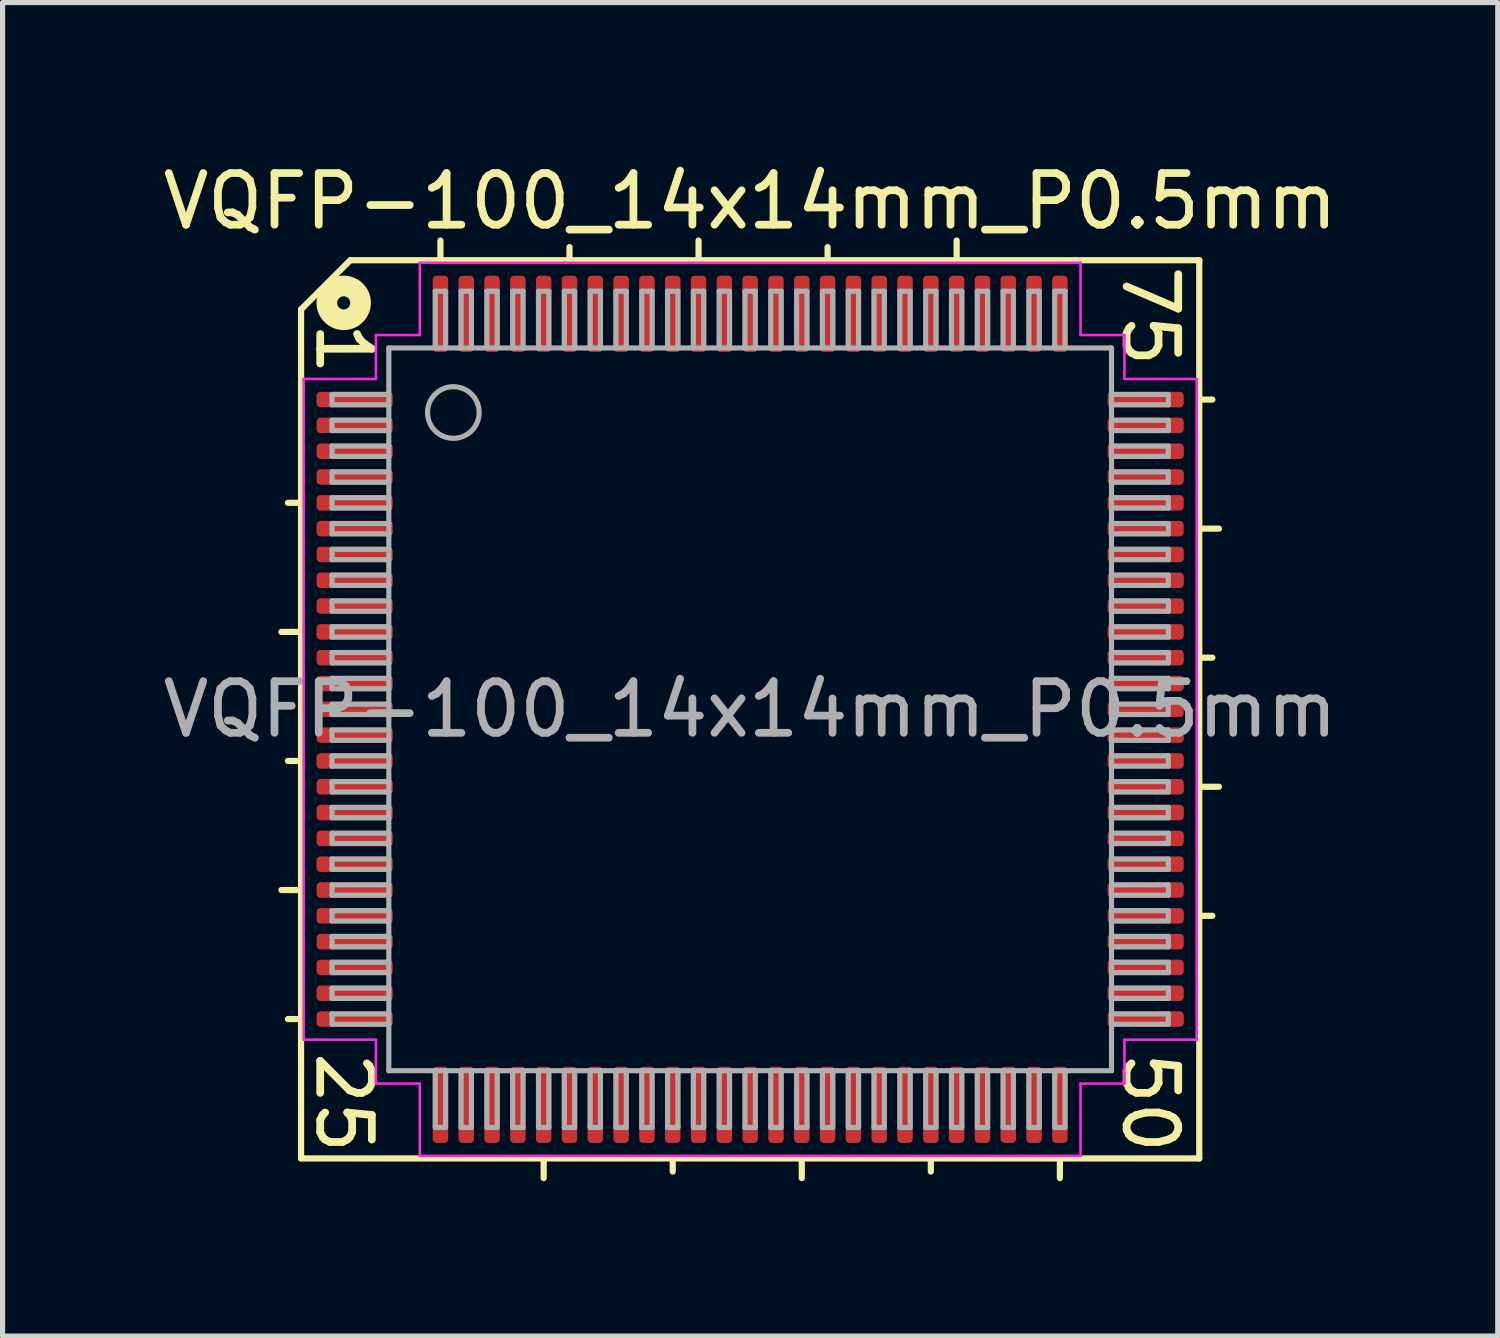
<source format=kicad_pcb>
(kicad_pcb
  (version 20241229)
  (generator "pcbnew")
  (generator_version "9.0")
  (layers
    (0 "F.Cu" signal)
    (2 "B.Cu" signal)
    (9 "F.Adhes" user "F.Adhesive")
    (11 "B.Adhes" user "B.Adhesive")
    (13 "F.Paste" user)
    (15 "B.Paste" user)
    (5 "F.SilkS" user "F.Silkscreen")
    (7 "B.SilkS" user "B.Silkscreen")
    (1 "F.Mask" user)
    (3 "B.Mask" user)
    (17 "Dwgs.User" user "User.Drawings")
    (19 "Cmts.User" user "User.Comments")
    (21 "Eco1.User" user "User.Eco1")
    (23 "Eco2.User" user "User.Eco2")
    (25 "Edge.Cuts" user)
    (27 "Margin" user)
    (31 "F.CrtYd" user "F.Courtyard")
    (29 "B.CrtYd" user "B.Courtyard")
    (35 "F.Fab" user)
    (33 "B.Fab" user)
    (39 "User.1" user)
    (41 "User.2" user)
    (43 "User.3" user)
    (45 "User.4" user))
  (footprint "VQFP-100_14x14mm_P0.5mm"
    (layer "F.Cu")
    (at 11.482 10.691)
    (property "Reference" "VQFP-100_14x14mm_P0.5mm" (at 0 -9.843 0) (layer "F.SilkS") (effects (font (size 1 1) (thickness 0.15))))
    (attr smd)
    (fp_line (start -8.7 -7.747) (end -8.7 8.7) (stroke (width 0.12) (type solid)) (layer "F.SilkS"))
    (fp_line (start -8.7 -4) (end -8.954 -4) (stroke (width 0.12) (type solid)) (layer "F.SilkS"))
    (fp_line (start -8.7 -1.5) (end -9.081 -1.5) (stroke (width 0.12) (type solid)) (layer "F.SilkS"))
    (fp_line (start -8.7 1) (end -8.954 1) (stroke (width 0.12) (type solid)) (layer "F.SilkS"))
    (fp_line (start -8.7 3.5) (end -9.081 3.5) (stroke (width 0.12) (type solid)) (layer "F.SilkS"))
    (fp_line (start -8.7 6) (end -8.954 6) (stroke (width 0.12) (type solid)) (layer "F.SilkS"))
    (fp_line (start -8.7 8.7) (end 8.7 8.7) (stroke (width 0.12) (type solid)) (layer "F.SilkS"))
    (fp_line (start -7.747 -8.7) (end -8.7 -7.747) (stroke (width 0.12) (type solid)) (layer "F.SilkS"))
    (fp_line (start -6 -8.7) (end -6 -9.081) (stroke (width 0.12) (type solid)) (layer "F.SilkS"))
    (fp_line (start -4 8.7) (end -4 9.081) (stroke (width 0.12) (type solid)) (layer "F.SilkS"))
    (fp_line (start -3.5 -8.7) (end -3.5 -8.954) (stroke (width 0.12) (type solid)) (layer "F.SilkS"))
    (fp_line (start -1.5 8.7) (end -1.5 8.954) (stroke (width 0.12) (type solid)) (layer "F.SilkS"))
    (fp_line (start -1 -8.7) (end -1 -9.081) (stroke (width 0.12) (type solid)) (layer "F.SilkS"))
    (fp_line (start 1 8.7) (end 1 9.081) (stroke (width 0.12) (type solid)) (layer "F.SilkS"))
    (fp_line (start 1.5 -8.7) (end 1.5 -8.954) (stroke (width 0.12) (type solid)) (layer "F.SilkS"))
    (fp_line (start 3.5 8.7) (end 3.5 8.954) (stroke (width 0.12) (type solid)) (layer "F.SilkS"))
    (fp_line (start 4 -8.7) (end 4 -9.081) (stroke (width 0.12) (type solid)) (layer "F.SilkS"))
    (fp_line (start 6 8.7) (end 6 9.081) (stroke (width 0.12) (type solid)) (layer "F.SilkS"))
    (fp_line (start 8.7 -8.7) (end -7.747 -8.7) (stroke (width 0.12) (type solid)) (layer "F.SilkS"))
    (fp_line (start 8.7 -6) (end 8.954 -6) (stroke (width 0.12) (type solid)) (layer "F.SilkS"))
    (fp_line (start 8.7 -3.5) (end 9.081 -3.5) (stroke (width 0.12) (type solid)) (layer "F.SilkS"))
    (fp_line (start 8.7 -1) (end 8.954 -1) (stroke (width 0.12) (type solid)) (layer "F.SilkS"))
    (fp_line (start 8.7 1.5) (end 9.081 1.5) (stroke (width 0.12) (type solid)) (layer "F.SilkS"))
    (fp_line (start 8.7 4) (end 8.954 4) (stroke (width 0.12) (type solid)) (layer "F.SilkS"))
    (fp_line (start 8.7 8.7) (end 8.7 -8.7) (stroke (width 0.12) (type solid)) (layer "F.SilkS"))
    (fp_circle (center -7.874 -7.874) (end -7.747 -7.874) (stroke (width 0.4) (type solid)) (fill no) (layer "F.SilkS"))
    (fp_line (start -8.65 -6.4) (end -8.65 0) (stroke (width 0.05) (type solid)) (layer "F.CrtYd"))
    (fp_line (start -8.65 6.4) (end -8.65 0) (stroke (width 0.05) (type solid)) (layer "F.CrtYd"))
    (fp_line (start -7.25 -7.25) (end -7.25 -6.4) (stroke (width 0.05) (type solid)) (layer "F.CrtYd"))
    (fp_line (start -7.25 -6.4) (end -8.65 -6.4) (stroke (width 0.05) (type solid)) (layer "F.CrtYd"))
    (fp_line (start -7.25 6.4) (end -8.65 6.4) (stroke (width 0.05) (type solid)) (layer "F.CrtYd"))
    (fp_line (start -7.25 7.25) (end -7.25 6.4) (stroke (width 0.05) (type solid)) (layer "F.CrtYd"))
    (fp_line (start -6.4 -8.65) (end -6.4 -7.25) (stroke (width 0.05) (type solid)) (layer "F.CrtYd"))
    (fp_line (start -6.4 -7.25) (end -7.25 -7.25) (stroke (width 0.05) (type solid)) (layer "F.CrtYd"))
    (fp_line (start -6.4 7.25) (end -7.25 7.25) (stroke (width 0.05) (type solid)) (layer "F.CrtYd"))
    (fp_line (start -6.4 8.65) (end -6.4 7.25) (stroke (width 0.05) (type solid)) (layer "F.CrtYd"))
    (fp_line (start 0 -8.65) (end -6.4 -8.65) (stroke (width 0.05) (type solid)) (layer "F.CrtYd"))
    (fp_line (start 0 -8.65) (end 6.4 -8.65) (stroke (width 0.05) (type solid)) (layer "F.CrtYd"))
    (fp_line (start 0 8.65) (end -6.4 8.65) (stroke (width 0.05) (type solid)) (layer "F.CrtYd"))
    (fp_line (start 0 8.65) (end 6.4 8.65) (stroke (width 0.05) (type solid)) (layer "F.CrtYd"))
    (fp_line (start 6.4 -8.65) (end 6.4 -7.25) (stroke (width 0.05) (type solid)) (layer "F.CrtYd"))
    (fp_line (start 6.4 -7.25) (end 7.25 -7.25) (stroke (width 0.05) (type solid)) (layer "F.CrtYd"))
    (fp_line (start 6.4 7.25) (end 7.25 7.25) (stroke (width 0.05) (type solid)) (layer "F.CrtYd"))
    (fp_line (start 6.4 8.65) (end 6.4 7.25) (stroke (width 0.05) (type solid)) (layer "F.CrtYd"))
    (fp_line (start 7.25 -7.25) (end 7.25 -6.4) (stroke (width 0.05) (type solid)) (layer "F.CrtYd"))
    (fp_line (start 7.25 -6.4) (end 8.65 -6.4) (stroke (width 0.05) (type solid)) (layer "F.CrtYd"))
    (fp_line (start 7.25 6.4) (end 8.65 6.4) (stroke (width 0.05) (type solid)) (layer "F.CrtYd"))
    (fp_line (start 7.25 7.25) (end 7.25 6.4) (stroke (width 0.05) (type solid)) (layer "F.CrtYd"))
    (fp_line (start 8.65 -6.4) (end 8.65 0) (stroke (width 0.05) (type solid)) (layer "F.CrtYd"))
    (fp_line (start 8.65 6.4) (end 8.65 0) (stroke (width 0.05) (type solid)) (layer "F.CrtYd"))
    (fp_line (start -8.1 -6.1) (end -8.1 -5.9) (stroke (width 0.1) (type solid)) (layer "F.Fab"))
    (fp_line (start -8.1 -6.1) (end -7 -6.1) (stroke (width 0.1) (type solid)) (layer "F.Fab"))
    (fp_line (start -8.1 -5.9) (end -7 -5.9) (stroke (width 0.1) (type solid)) (layer "F.Fab"))
    (fp_line (start -8.1 -5.6) (end -8.1 -5.4) (stroke (width 0.1) (type solid)) (layer "F.Fab"))
    (fp_line (start -8.1 -5.6) (end -7 -5.6) (stroke (width 0.1) (type solid)) (layer "F.Fab"))
    (fp_line (start -8.1 -5.4) (end -7 -5.4) (stroke (width 0.1) (type solid)) (layer "F.Fab"))
    (fp_line (start -8.1 -5.1) (end -8.1 -4.9) (stroke (width 0.1) (type solid)) (layer "F.Fab"))
    (fp_line (start -8.1 -5.1) (end -7 -5.1) (stroke (width 0.1) (type solid)) (layer "F.Fab"))
    (fp_line (start -8.1 -4.9) (end -7 -4.9) (stroke (width 0.1) (type solid)) (layer "F.Fab"))
    (fp_line (start -8.1 -4.6) (end -8.1 -4.4) (stroke (width 0.1) (type solid)) (layer "F.Fab"))
    (fp_line (start -8.1 -4.6) (end -7 -4.6) (stroke (width 0.1) (type solid)) (layer "F.Fab"))
    (fp_line (start -8.1 -4.4) (end -7 -4.4) (stroke (width 0.1) (type solid)) (layer "F.Fab"))
    (fp_line (start -8.1 -4.1) (end -8.1 -3.9) (stroke (width 0.1) (type solid)) (layer "F.Fab"))
    (fp_line (start -8.1 -4.1) (end -7 -4.1) (stroke (width 0.1) (type solid)) (layer "F.Fab"))
    (fp_line (start -8.1 -3.9) (end -7 -3.9) (stroke (width 0.1) (type solid)) (layer "F.Fab"))
    (fp_line (start -8.1 -3.6) (end -8.1 -3.4) (stroke (width 0.1) (type solid)) (layer "F.Fab"))
    (fp_line (start -8.1 -3.6) (end -7 -3.6) (stroke (width 0.1) (type solid)) (layer "F.Fab"))
    (fp_line (start -8.1 -3.4) (end -7 -3.4) (stroke (width 0.1) (type solid)) (layer "F.Fab"))
    (fp_line (start -8.1 -3.1) (end -8.1 -2.9) (stroke (width 0.1) (type solid)) (layer "F.Fab"))
    (fp_line (start -8.1 -3.1) (end -7 -3.1) (stroke (width 0.1) (type solid)) (layer "F.Fab"))
    (fp_line (start -8.1 -2.9) (end -7 -2.9) (stroke (width 0.1) (type solid)) (layer "F.Fab"))
    (fp_line (start -8.1 -2.6) (end -8.1 -2.4) (stroke (width 0.1) (type solid)) (layer "F.Fab"))
    (fp_line (start -8.1 -2.6) (end -7 -2.6) (stroke (width 0.1) (type solid)) (layer "F.Fab"))
    (fp_line (start -8.1 -2.4) (end -7 -2.4) (stroke (width 0.1) (type solid)) (layer "F.Fab"))
    (fp_line (start -8.1 -2.1) (end -8.1 -1.9) (stroke (width 0.1) (type solid)) (layer "F.Fab"))
    (fp_line (start -8.1 -2.1) (end -7 -2.1) (stroke (width 0.1) (type solid)) (layer "F.Fab"))
    (fp_line (start -8.1 -1.9) (end -7 -1.9) (stroke (width 0.1) (type solid)) (layer "F.Fab"))
    (fp_line (start -8.1 -1.6) (end -8.1 -1.4) (stroke (width 0.1) (type solid)) (layer "F.Fab"))
    (fp_line (start -8.1 -1.6) (end -7 -1.6) (stroke (width 0.1) (type solid)) (layer "F.Fab"))
    (fp_line (start -8.1 -1.4) (end -7 -1.4) (stroke (width 0.1) (type solid)) (layer "F.Fab"))
    (fp_line (start -8.1 -1.1) (end -8.1 -0.9) (stroke (width 0.1) (type solid)) (layer "F.Fab"))
    (fp_line (start -8.1 -1.1) (end -7 -1.1) (stroke (width 0.1) (type solid)) (layer "F.Fab"))
    (fp_line (start -8.1 -0.9) (end -7 -0.9) (stroke (width 0.1) (type solid)) (layer "F.Fab"))
    (fp_line (start -8.1 -0.6) (end -8.1 -0.4) (stroke (width 0.1) (type solid)) (layer "F.Fab"))
    (fp_line (start -8.1 -0.6) (end -7 -0.6) (stroke (width 0.1) (type solid)) (layer "F.Fab"))
    (fp_line (start -8.1 -0.4) (end -7 -0.4) (stroke (width 0.1) (type solid)) (layer "F.Fab"))
    (fp_line (start -8.1 -0.1) (end -8.1 0.1) (stroke (width 0.1) (type solid)) (layer "F.Fab"))
    (fp_line (start -8.1 -0.1) (end -7 -0.1) (stroke (width 0.1) (type solid)) (layer "F.Fab"))
    (fp_line (start -8.1 0.1) (end -7 0.1) (stroke (width 0.1) (type solid)) (layer "F.Fab"))
    (fp_line (start -8.1 0.4) (end -8.1 0.6) (stroke (width 0.1) (type solid)) (layer "F.Fab"))
    (fp_line (start -8.1 0.4) (end -7 0.4) (stroke (width 0.1) (type solid)) (layer "F.Fab"))
    (fp_line (start -8.1 0.6) (end -7 0.6) (stroke (width 0.1) (type solid)) (layer "F.Fab"))
    (fp_line (start -8.1 0.9) (end -8.1 1.1) (stroke (width 0.1) (type solid)) (layer "F.Fab"))
    (fp_line (start -8.1 0.9) (end -7 0.9) (stroke (width 0.1) (type solid)) (layer "F.Fab"))
    (fp_line (start -8.1 1.1) (end -7 1.1) (stroke (width 0.1) (type solid)) (layer "F.Fab"))
    (fp_line (start -8.1 1.4) (end -8.1 1.6) (stroke (width 0.1) (type solid)) (layer "F.Fab"))
    (fp_line (start -8.1 1.4) (end -7 1.4) (stroke (width 0.1) (type solid)) (layer "F.Fab"))
    (fp_line (start -8.1 1.6) (end -7 1.6) (stroke (width 0.1) (type solid)) (layer "F.Fab"))
    (fp_line (start -8.1 1.9) (end -8.1 2.1) (stroke (width 0.1) (type solid)) (layer "F.Fab"))
    (fp_line (start -8.1 1.9) (end -7 1.9) (stroke (width 0.1) (type solid)) (layer "F.Fab"))
    (fp_line (start -8.1 2.1) (end -7 2.1) (stroke (width 0.1) (type solid)) (layer "F.Fab"))
    (fp_line (start -8.1 2.4) (end -8.1 2.6) (stroke (width 0.1) (type solid)) (layer "F.Fab"))
    (fp_line (start -8.1 2.4) (end -7 2.4) (stroke (width 0.1) (type solid)) (layer "F.Fab"))
    (fp_line (start -8.1 2.6) (end -7 2.6) (stroke (width 0.1) (type solid)) (layer "F.Fab"))
    (fp_line (start -8.1 2.9) (end -8.1 3.1) (stroke (width 0.1) (type solid)) (layer "F.Fab"))
    (fp_line (start -8.1 2.9) (end -7 2.9) (stroke (width 0.1) (type solid)) (layer "F.Fab"))
    (fp_line (start -8.1 3.1) (end -7 3.1) (stroke (width 0.1) (type solid)) (layer "F.Fab"))
    (fp_line (start -8.1 3.4) (end -8.1 3.6) (stroke (width 0.1) (type solid)) (layer "F.Fab"))
    (fp_line (start -8.1 3.4) (end -7 3.4) (stroke (width 0.1) (type solid)) (layer "F.Fab"))
    (fp_line (start -8.1 3.6) (end -7 3.6) (stroke (width 0.1) (type solid)) (layer "F.Fab"))
    (fp_line (start -8.1 3.9) (end -8.1 4.1) (stroke (width 0.1) (type solid)) (layer "F.Fab"))
    (fp_line (start -8.1 3.9) (end -7 3.9) (stroke (width 0.1) (type solid)) (layer "F.Fab"))
    (fp_line (start -8.1 4.1) (end -7 4.1) (stroke (width 0.1) (type solid)) (layer "F.Fab"))
    (fp_line (start -8.1 4.4) (end -8.1 4.6) (stroke (width 0.1) (type solid)) (layer "F.Fab"))
    (fp_line (start -8.1 4.4) (end -7 4.4) (stroke (width 0.1) (type solid)) (layer "F.Fab"))
    (fp_line (start -8.1 4.6) (end -7 4.6) (stroke (width 0.1) (type solid)) (layer "F.Fab"))
    (fp_line (start -8.1 4.9) (end -8.1 5.1) (stroke (width 0.1) (type solid)) (layer "F.Fab"))
    (fp_line (start -8.1 4.9) (end -7 4.9) (stroke (width 0.1) (type solid)) (layer "F.Fab"))
    (fp_line (start -8.1 5.1) (end -7 5.1) (stroke (width 0.1) (type solid)) (layer "F.Fab"))
    (fp_line (start -8.1 5.4) (end -8.1 5.6) (stroke (width 0.1) (type solid)) (layer "F.Fab"))
    (fp_line (start -8.1 5.4) (end -7 5.4) (stroke (width 0.1) (type solid)) (layer "F.Fab"))
    (fp_line (start -8.1 5.6) (end -7 5.6) (stroke (width 0.1) (type solid)) (layer "F.Fab"))
    (fp_line (start -8.1 5.9) (end -8.1 6.1) (stroke (width 0.1) (type solid)) (layer "F.Fab"))
    (fp_line (start -8.1 5.9) (end -7 5.9) (stroke (width 0.1) (type solid)) (layer "F.Fab"))
    (fp_line (start -8.1 6.1) (end -7 6.1) (stroke (width 0.1) (type solid)) (layer "F.Fab"))
    (fp_line (start -7 -7) (end 7 -7) (stroke (width 0.1) (type solid)) (layer "F.Fab"))
    (fp_line (start -7 7) (end -7 -7) (stroke (width 0.1) (type solid)) (layer "F.Fab"))
    (fp_line (start -6.1 -8.1) (end -6.1 -7) (stroke (width 0.1) (type solid)) (layer "F.Fab"))
    (fp_line (start -6.1 8.1) (end -6.1 7) (stroke (width 0.1) (type solid)) (layer "F.Fab"))
    (fp_line (start -6.1 8.1) (end -5.9 8.1) (stroke (width 0.1) (type solid)) (layer "F.Fab"))
    (fp_line (start -5.9 -8.1) (end -6.1 -8.1) (stroke (width 0.1) (type solid)) (layer "F.Fab"))
    (fp_line (start -5.9 -8.1) (end -5.9 -7) (stroke (width 0.1) (type solid)) (layer "F.Fab"))
    (fp_line (start -5.9 8.1) (end -5.9 7) (stroke (width 0.1) (type solid)) (layer "F.Fab"))
    (fp_line (start -5.6 -8.1) (end -5.6 -7) (stroke (width 0.1) (type solid)) (layer "F.Fab"))
    (fp_line (start -5.6 8.1) (end -5.6 7) (stroke (width 0.1) (type solid)) (layer "F.Fab"))
    (fp_line (start -5.6 8.1) (end -5.4 8.1) (stroke (width 0.1) (type solid)) (layer "F.Fab"))
    (fp_line (start -5.4 -8.1) (end -5.6 -8.1) (stroke (width 0.1) (type solid)) (layer "F.Fab"))
    (fp_line (start -5.4 -8.1) (end -5.4 -7) (stroke (width 0.1) (type solid)) (layer "F.Fab"))
    (fp_line (start -5.4 8.1) (end -5.4 7) (stroke (width 0.1) (type solid)) (layer "F.Fab"))
    (fp_line (start -5.1 -8.1) (end -5.1 -7) (stroke (width 0.1) (type solid)) (layer "F.Fab"))
    (fp_line (start -5.1 8.1) (end -5.1 7) (stroke (width 0.1) (type solid)) (layer "F.Fab"))
    (fp_line (start -5.1 8.1) (end -4.9 8.1) (stroke (width 0.1) (type solid)) (layer "F.Fab"))
    (fp_line (start -4.9 -8.1) (end -5.1 -8.1) (stroke (width 0.1) (type solid)) (layer "F.Fab"))
    (fp_line (start -4.9 -8.1) (end -4.9 -7) (stroke (width 0.1) (type solid)) (layer "F.Fab"))
    (fp_line (start -4.9 8.1) (end -4.9 7) (stroke (width 0.1) (type solid)) (layer "F.Fab"))
    (fp_line (start -4.6 -8.1) (end -4.6 -7) (stroke (width 0.1) (type solid)) (layer "F.Fab"))
    (fp_line (start -4.6 8.1) (end -4.6 7) (stroke (width 0.1) (type solid)) (layer "F.Fab"))
    (fp_line (start -4.6 8.1) (end -4.4 8.1) (stroke (width 0.1) (type solid)) (layer "F.Fab"))
    (fp_line (start -4.4 -8.1) (end -4.6 -8.1) (stroke (width 0.1) (type solid)) (layer "F.Fab"))
    (fp_line (start -4.4 -8.1) (end -4.4 -7) (stroke (width 0.1) (type solid)) (layer "F.Fab"))
    (fp_line (start -4.4 8.1) (end -4.4 7) (stroke (width 0.1) (type solid)) (layer "F.Fab"))
    (fp_line (start -4.1 -8.1) (end -4.1 -7) (stroke (width 0.1) (type solid)) (layer "F.Fab"))
    (fp_line (start -4.1 8.1) (end -4.1 7) (stroke (width 0.1) (type solid)) (layer "F.Fab"))
    (fp_line (start -4.1 8.1) (end -3.9 8.1) (stroke (width 0.1) (type solid)) (layer "F.Fab"))
    (fp_line (start -3.9 -8.1) (end -4.1 -8.1) (stroke (width 0.1) (type solid)) (layer "F.Fab"))
    (fp_line (start -3.9 -8.1) (end -3.9 -7) (stroke (width 0.1) (type solid)) (layer "F.Fab"))
    (fp_line (start -3.9 8.1) (end -3.9 7) (stroke (width 0.1) (type solid)) (layer "F.Fab"))
    (fp_line (start -3.6 -8.1) (end -3.6 -7) (stroke (width 0.1) (type solid)) (layer "F.Fab"))
    (fp_line (start -3.6 8.1) (end -3.6 7) (stroke (width 0.1) (type solid)) (layer "F.Fab"))
    (fp_line (start -3.6 8.1) (end -3.4 8.1) (stroke (width 0.1) (type solid)) (layer "F.Fab"))
    (fp_line (start -3.4 -8.1) (end -3.6 -8.1) (stroke (width 0.1) (type solid)) (layer "F.Fab"))
    (fp_line (start -3.4 -8.1) (end -3.4 -7) (stroke (width 0.1) (type solid)) (layer "F.Fab"))
    (fp_line (start -3.4 8.1) (end -3.4 7) (stroke (width 0.1) (type solid)) (layer "F.Fab"))
    (fp_line (start -3.1 -8.1) (end -3.1 -7) (stroke (width 0.1) (type solid)) (layer "F.Fab"))
    (fp_line (start -3.1 8.1) (end -3.1 7) (stroke (width 0.1) (type solid)) (layer "F.Fab"))
    (fp_line (start -3.1 8.1) (end -2.9 8.1) (stroke (width 0.1) (type solid)) (layer "F.Fab"))
    (fp_line (start -2.9 -8.1) (end -3.1 -8.1) (stroke (width 0.1) (type solid)) (layer "F.Fab"))
    (fp_line (start -2.9 -8.1) (end -2.9 -7) (stroke (width 0.1) (type solid)) (layer "F.Fab"))
    (fp_line (start -2.9 8.1) (end -2.9 7) (stroke (width 0.1) (type solid)) (layer "F.Fab"))
    (fp_line (start -2.6 -8.1) (end -2.6 -7) (stroke (width 0.1) (type solid)) (layer "F.Fab"))
    (fp_line (start -2.6 8.1) (end -2.6 7) (stroke (width 0.1) (type solid)) (layer "F.Fab"))
    (fp_line (start -2.6 8.1) (end -2.4 8.1) (stroke (width 0.1) (type solid)) (layer "F.Fab"))
    (fp_line (start -2.4 -8.1) (end -2.6 -8.1) (stroke (width 0.1) (type solid)) (layer "F.Fab"))
    (fp_line (start -2.4 -8.1) (end -2.4 -7) (stroke (width 0.1) (type solid)) (layer "F.Fab"))
    (fp_line (start -2.4 8.1) (end -2.4 7) (stroke (width 0.1) (type solid)) (layer "F.Fab"))
    (fp_line (start -2.1 -8.1) (end -2.1 -7) (stroke (width 0.1) (type solid)) (layer "F.Fab"))
    (fp_line (start -2.1 8.1) (end -2.1 7) (stroke (width 0.1) (type solid)) (layer "F.Fab"))
    (fp_line (start -2.1 8.1) (end -1.9 8.1) (stroke (width 0.1) (type solid)) (layer "F.Fab"))
    (fp_line (start -1.9 -8.1) (end -2.1 -8.1) (stroke (width 0.1) (type solid)) (layer "F.Fab"))
    (fp_line (start -1.9 -8.1) (end -1.9 -7) (stroke (width 0.1) (type solid)) (layer "F.Fab"))
    (fp_line (start -1.9 8.1) (end -1.9 7) (stroke (width 0.1) (type solid)) (layer "F.Fab"))
    (fp_line (start -1.6 -8.1) (end -1.6 -7) (stroke (width 0.1) (type solid)) (layer "F.Fab"))
    (fp_line (start -1.6 8.1) (end -1.6 7) (stroke (width 0.1) (type solid)) (layer "F.Fab"))
    (fp_line (start -1.6 8.1) (end -1.4 8.1) (stroke (width 0.1) (type solid)) (layer "F.Fab"))
    (fp_line (start -1.4 -8.1) (end -1.6 -8.1) (stroke (width 0.1) (type solid)) (layer "F.Fab"))
    (fp_line (start -1.4 -8.1) (end -1.4 -7) (stroke (width 0.1) (type solid)) (layer "F.Fab"))
    (fp_line (start -1.4 8.1) (end -1.4 7) (stroke (width 0.1) (type solid)) (layer "F.Fab"))
    (fp_line (start -1.1 -8.1) (end -1.1 -7) (stroke (width 0.1) (type solid)) (layer "F.Fab"))
    (fp_line (start -1.1 8.1) (end -1.1 7) (stroke (width 0.1) (type solid)) (layer "F.Fab"))
    (fp_line (start -1.1 8.1) (end -0.9 8.1) (stroke (width 0.1) (type solid)) (layer "F.Fab"))
    (fp_line (start -0.9 -8.1) (end -1.1 -8.1) (stroke (width 0.1) (type solid)) (layer "F.Fab"))
    (fp_line (start -0.9 -8.1) (end -0.9 -7) (stroke (width 0.1) (type solid)) (layer "F.Fab"))
    (fp_line (start -0.9 8.1) (end -0.9 7) (stroke (width 0.1) (type solid)) (layer "F.Fab"))
    (fp_line (start -0.6 -8.1) (end -0.6 -7) (stroke (width 0.1) (type solid)) (layer "F.Fab"))
    (fp_line (start -0.6 8.1) (end -0.6 7) (stroke (width 0.1) (type solid)) (layer "F.Fab"))
    (fp_line (start -0.6 8.1) (end -0.4 8.1) (stroke (width 0.1) (type solid)) (layer "F.Fab"))
    (fp_line (start -0.4 -8.1) (end -0.6 -8.1) (stroke (width 0.1) (type solid)) (layer "F.Fab"))
    (fp_line (start -0.4 -8.1) (end -0.4 -7) (stroke (width 0.1) (type solid)) (layer "F.Fab"))
    (fp_line (start -0.4 8.1) (end -0.4 7) (stroke (width 0.1) (type solid)) (layer "F.Fab"))
    (fp_line (start -0.1 -8.1) (end -0.1 -7) (stroke (width 0.1) (type solid)) (layer "F.Fab"))
    (fp_line (start -0.1 8.1) (end -0.1 7) (stroke (width 0.1) (type solid)) (layer "F.Fab"))
    (fp_line (start -0.1 8.1) (end 0.1 8.1) (stroke (width 0.1) (type solid)) (layer "F.Fab"))
    (fp_line (start 0.1 -8.1) (end -0.1 -8.1) (stroke (width 0.1) (type solid)) (layer "F.Fab"))
    (fp_line (start 0.1 -8.1) (end 0.1 -7) (stroke (width 0.1) (type solid)) (layer "F.Fab"))
    (fp_line (start 0.1 8.1) (end 0.1 7) (stroke (width 0.1) (type solid)) (layer "F.Fab"))
    (fp_line (start 0.4 -8.1) (end 0.4 -7) (stroke (width 0.1) (type solid)) (layer "F.Fab"))
    (fp_line (start 0.4 8.1) (end 0.4 7) (stroke (width 0.1) (type solid)) (layer "F.Fab"))
    (fp_line (start 0.4 8.1) (end 0.6 8.1) (stroke (width 0.1) (type solid)) (layer "F.Fab"))
    (fp_line (start 0.6 -8.1) (end 0.4 -8.1) (stroke (width 0.1) (type solid)) (layer "F.Fab"))
    (fp_line (start 0.6 -8.1) (end 0.6 -7) (stroke (width 0.1) (type solid)) (layer "F.Fab"))
    (fp_line (start 0.6 8.1) (end 0.6 7) (stroke (width 0.1) (type solid)) (layer "F.Fab"))
    (fp_line (start 0.9 -8.1) (end 0.9 -7) (stroke (width 0.1) (type solid)) (layer "F.Fab"))
    (fp_line (start 0.9 8.1) (end 0.9 7) (stroke (width 0.1) (type solid)) (layer "F.Fab"))
    (fp_line (start 0.9 8.1) (end 1.1 8.1) (stroke (width 0.1) (type solid)) (layer "F.Fab"))
    (fp_line (start 1.1 -8.1) (end 0.9 -8.1) (stroke (width 0.1) (type solid)) (layer "F.Fab"))
    (fp_line (start 1.1 -8.1) (end 1.1 -7) (stroke (width 0.1) (type solid)) (layer "F.Fab"))
    (fp_line (start 1.1 8.1) (end 1.1 7) (stroke (width 0.1) (type solid)) (layer "F.Fab"))
    (fp_line (start 1.4 -8.1) (end 1.4 -7) (stroke (width 0.1) (type solid)) (layer "F.Fab"))
    (fp_line (start 1.4 8.1) (end 1.4 7) (stroke (width 0.1) (type solid)) (layer "F.Fab"))
    (fp_line (start 1.4 8.1) (end 1.6 8.1) (stroke (width 0.1) (type solid)) (layer "F.Fab"))
    (fp_line (start 1.6 -8.1) (end 1.4 -8.1) (stroke (width 0.1) (type solid)) (layer "F.Fab"))
    (fp_line (start 1.6 -8.1) (end 1.6 -7) (stroke (width 0.1) (type solid)) (layer "F.Fab"))
    (fp_line (start 1.6 8.1) (end 1.6 7) (stroke (width 0.1) (type solid)) (layer "F.Fab"))
    (fp_line (start 1.9 -8.1) (end 1.9 -7) (stroke (width 0.1) (type solid)) (layer "F.Fab"))
    (fp_line (start 1.9 8.1) (end 1.9 7) (stroke (width 0.1) (type solid)) (layer "F.Fab"))
    (fp_line (start 1.9 8.1) (end 2.1 8.1) (stroke (width 0.1) (type solid)) (layer "F.Fab"))
    (fp_line (start 2.1 -8.1) (end 1.9 -8.1) (stroke (width 0.1) (type solid)) (layer "F.Fab"))
    (fp_line (start 2.1 -8.1) (end 2.1 -7) (stroke (width 0.1) (type solid)) (layer "F.Fab"))
    (fp_line (start 2.1 8.1) (end 2.1 7) (stroke (width 0.1) (type solid)) (layer "F.Fab"))
    (fp_line (start 2.4 -8.1) (end 2.4 -7) (stroke (width 0.1) (type solid)) (layer "F.Fab"))
    (fp_line (start 2.4 8.1) (end 2.4 7) (stroke (width 0.1) (type solid)) (layer "F.Fab"))
    (fp_line (start 2.4 8.1) (end 2.6 8.1) (stroke (width 0.1) (type solid)) (layer "F.Fab"))
    (fp_line (start 2.6 -8.1) (end 2.4 -8.1) (stroke (width 0.1) (type solid)) (layer "F.Fab"))
    (fp_line (start 2.6 -8.1) (end 2.6 -7) (stroke (width 0.1) (type solid)) (layer "F.Fab"))
    (fp_line (start 2.6 8.1) (end 2.6 7) (stroke (width 0.1) (type solid)) (layer "F.Fab"))
    (fp_line (start 2.9 -8.1) (end 2.9 -7) (stroke (width 0.1) (type solid)) (layer "F.Fab"))
    (fp_line (start 2.9 8.1) (end 2.9 7) (stroke (width 0.1) (type solid)) (layer "F.Fab"))
    (fp_line (start 2.9 8.1) (end 3.1 8.1) (stroke (width 0.1) (type solid)) (layer "F.Fab"))
    (fp_line (start 3.1 -8.1) (end 2.9 -8.1) (stroke (width 0.1) (type solid)) (layer "F.Fab"))
    (fp_line (start 3.1 -8.1) (end 3.1 -7) (stroke (width 0.1) (type solid)) (layer "F.Fab"))
    (fp_line (start 3.1 8.1) (end 3.1 7) (stroke (width 0.1) (type solid)) (layer "F.Fab"))
    (fp_line (start 3.4 -8.1) (end 3.4 -7) (stroke (width 0.1) (type solid)) (layer "F.Fab"))
    (fp_line (start 3.4 8.1) (end 3.4 7) (stroke (width 0.1) (type solid)) (layer "F.Fab"))
    (fp_line (start 3.4 8.1) (end 3.6 8.1) (stroke (width 0.1) (type solid)) (layer "F.Fab"))
    (fp_line (start 3.6 -8.1) (end 3.4 -8.1) (stroke (width 0.1) (type solid)) (layer "F.Fab"))
    (fp_line (start 3.6 -8.1) (end 3.6 -7) (stroke (width 0.1) (type solid)) (layer "F.Fab"))
    (fp_line (start 3.6 8.1) (end 3.6 7) (stroke (width 0.1) (type solid)) (layer "F.Fab"))
    (fp_line (start 3.9 -8.1) (end 3.9 -7) (stroke (width 0.1) (type solid)) (layer "F.Fab"))
    (fp_line (start 3.9 8.1) (end 3.9 7) (stroke (width 0.1) (type solid)) (layer "F.Fab"))
    (fp_line (start 3.9 8.1) (end 4.1 8.1) (stroke (width 0.1) (type solid)) (layer "F.Fab"))
    (fp_line (start 4.1 -8.1) (end 3.9 -8.1) (stroke (width 0.1) (type solid)) (layer "F.Fab"))
    (fp_line (start 4.1 -8.1) (end 4.1 -7) (stroke (width 0.1) (type solid)) (layer "F.Fab"))
    (fp_line (start 4.1 8.1) (end 4.1 7) (stroke (width 0.1) (type solid)) (layer "F.Fab"))
    (fp_line (start 4.4 -8.1) (end 4.4 -7) (stroke (width 0.1) (type solid)) (layer "F.Fab"))
    (fp_line (start 4.4 8.1) (end 4.4 7) (stroke (width 0.1) (type solid)) (layer "F.Fab"))
    (fp_line (start 4.4 8.1) (end 4.6 8.1) (stroke (width 0.1) (type solid)) (layer "F.Fab"))
    (fp_line (start 4.6 -8.1) (end 4.4 -8.1) (stroke (width 0.1) (type solid)) (layer "F.Fab"))
    (fp_line (start 4.6 -8.1) (end 4.6 -7) (stroke (width 0.1) (type solid)) (layer "F.Fab"))
    (fp_line (start 4.6 8.1) (end 4.6 7) (stroke (width 0.1) (type solid)) (layer "F.Fab"))
    (fp_line (start 4.9 -8.1) (end 4.9 -7) (stroke (width 0.1) (type solid)) (layer "F.Fab"))
    (fp_line (start 4.9 8.1) (end 4.9 7) (stroke (width 0.1) (type solid)) (layer "F.Fab"))
    (fp_line (start 4.9 8.1) (end 5.1 8.1) (stroke (width 0.1) (type solid)) (layer "F.Fab"))
    (fp_line (start 5.1 -8.1) (end 4.9 -8.1) (stroke (width 0.1) (type solid)) (layer "F.Fab"))
    (fp_line (start 5.1 -8.1) (end 5.1 -7) (stroke (width 0.1) (type solid)) (layer "F.Fab"))
    (fp_line (start 5.1 8.1) (end 5.1 7) (stroke (width 0.1) (type solid)) (layer "F.Fab"))
    (fp_line (start 5.4 -8.1) (end 5.4 -7) (stroke (width 0.1) (type solid)) (layer "F.Fab"))
    (fp_line (start 5.4 8.1) (end 5.4 7) (stroke (width 0.1) (type solid)) (layer "F.Fab"))
    (fp_line (start 5.4 8.1) (end 5.6 8.1) (stroke (width 0.1) (type solid)) (layer "F.Fab"))
    (fp_line (start 5.6 -8.1) (end 5.4 -8.1) (stroke (width 0.1) (type solid)) (layer "F.Fab"))
    (fp_line (start 5.6 -8.1) (end 5.6 -7) (stroke (width 0.1) (type solid)) (layer "F.Fab"))
    (fp_line (start 5.6 8.1) (end 5.6 7) (stroke (width 0.1) (type solid)) (layer "F.Fab"))
    (fp_line (start 5.9 -8.1) (end 5.9 -7) (stroke (width 0.1) (type solid)) (layer "F.Fab"))
    (fp_line (start 5.9 8.1) (end 5.9 7) (stroke (width 0.1) (type solid)) (layer "F.Fab"))
    (fp_line (start 5.9 8.1) (end 6.1 8.1) (stroke (width 0.1) (type solid)) (layer "F.Fab"))
    (fp_line (start 6.1 -8.1) (end 5.9 -8.1) (stroke (width 0.1) (type solid)) (layer "F.Fab"))
    (fp_line (start 6.1 -8.1) (end 6.1 -7) (stroke (width 0.1) (type solid)) (layer "F.Fab"))
    (fp_line (start 6.1 8.1) (end 6.1 7) (stroke (width 0.1) (type solid)) (layer "F.Fab"))
    (fp_line (start 7 -7) (end 7 7) (stroke (width 0.1) (type solid)) (layer "F.Fab"))
    (fp_line (start 7 7) (end -7 7) (stroke (width 0.1) (type solid)) (layer "F.Fab"))
    (fp_line (start 8.1 -6.1) (end 7 -6.1) (stroke (width 0.1) (type solid)) (layer "F.Fab"))
    (fp_line (start 8.1 -5.9) (end 7 -5.9) (stroke (width 0.1) (type solid)) (layer "F.Fab"))
    (fp_line (start 8.1 -5.9) (end 8.1 -6.1) (stroke (width 0.1) (type solid)) (layer "F.Fab"))
    (fp_line (start 8.1 -5.6) (end 7 -5.6) (stroke (width 0.1) (type solid)) (layer "F.Fab"))
    (fp_line (start 8.1 -5.4) (end 7 -5.4) (stroke (width 0.1) (type solid)) (layer "F.Fab"))
    (fp_line (start 8.1 -5.4) (end 8.1 -5.6) (stroke (width 0.1) (type solid)) (layer "F.Fab"))
    (fp_line (start 8.1 -5.1) (end 7 -5.1) (stroke (width 0.1) (type solid)) (layer "F.Fab"))
    (fp_line (start 8.1 -4.9) (end 7 -4.9) (stroke (width 0.1) (type solid)) (layer "F.Fab"))
    (fp_line (start 8.1 -4.9) (end 8.1 -5.1) (stroke (width 0.1) (type solid)) (layer "F.Fab"))
    (fp_line (start 8.1 -4.6) (end 7 -4.6) (stroke (width 0.1) (type solid)) (layer "F.Fab"))
    (fp_line (start 8.1 -4.4) (end 7 -4.4) (stroke (width 0.1) (type solid)) (layer "F.Fab"))
    (fp_line (start 8.1 -4.4) (end 8.1 -4.6) (stroke (width 0.1) (type solid)) (layer "F.Fab"))
    (fp_line (start 8.1 -4.1) (end 7 -4.1) (stroke (width 0.1) (type solid)) (layer "F.Fab"))
    (fp_line (start 8.1 -3.9) (end 7 -3.9) (stroke (width 0.1) (type solid)) (layer "F.Fab"))
    (fp_line (start 8.1 -3.9) (end 8.1 -4.1) (stroke (width 0.1) (type solid)) (layer "F.Fab"))
    (fp_line (start 8.1 -3.6) (end 7 -3.6) (stroke (width 0.1) (type solid)) (layer "F.Fab"))
    (fp_line (start 8.1 -3.4) (end 7 -3.4) (stroke (width 0.1) (type solid)) (layer "F.Fab"))
    (fp_line (start 8.1 -3.4) (end 8.1 -3.6) (stroke (width 0.1) (type solid)) (layer "F.Fab"))
    (fp_line (start 8.1 -3.1) (end 7 -3.1) (stroke (width 0.1) (type solid)) (layer "F.Fab"))
    (fp_line (start 8.1 -2.9) (end 7 -2.9) (stroke (width 0.1) (type solid)) (layer "F.Fab"))
    (fp_line (start 8.1 -2.9) (end 8.1 -3.1) (stroke (width 0.1) (type solid)) (layer "F.Fab"))
    (fp_line (start 8.1 -2.6) (end 7 -2.6) (stroke (width 0.1) (type solid)) (layer "F.Fab"))
    (fp_line (start 8.1 -2.4) (end 7 -2.4) (stroke (width 0.1) (type solid)) (layer "F.Fab"))
    (fp_line (start 8.1 -2.4) (end 8.1 -2.6) (stroke (width 0.1) (type solid)) (layer "F.Fab"))
    (fp_line (start 8.1 -2.1) (end 7 -2.1) (stroke (width 0.1) (type solid)) (layer "F.Fab"))
    (fp_line (start 8.1 -1.9) (end 7 -1.9) (stroke (width 0.1) (type solid)) (layer "F.Fab"))
    (fp_line (start 8.1 -1.9) (end 8.1 -2.1) (stroke (width 0.1) (type solid)) (layer "F.Fab"))
    (fp_line (start 8.1 -1.6) (end 7 -1.6) (stroke (width 0.1) (type solid)) (layer "F.Fab"))
    (fp_line (start 8.1 -1.4) (end 7 -1.4) (stroke (width 0.1) (type solid)) (layer "F.Fab"))
    (fp_line (start 8.1 -1.4) (end 8.1 -1.6) (stroke (width 0.1) (type solid)) (layer "F.Fab"))
    (fp_line (start 8.1 -1.1) (end 7 -1.1) (stroke (width 0.1) (type solid)) (layer "F.Fab"))
    (fp_line (start 8.1 -0.9) (end 7 -0.9) (stroke (width 0.1) (type solid)) (layer "F.Fab"))
    (fp_line (start 8.1 -0.9) (end 8.1 -1.1) (stroke (width 0.1) (type solid)) (layer "F.Fab"))
    (fp_line (start 8.1 -0.6) (end 7 -0.6) (stroke (width 0.1) (type solid)) (layer "F.Fab"))
    (fp_line (start 8.1 -0.4) (end 7 -0.4) (stroke (width 0.1) (type solid)) (layer "F.Fab"))
    (fp_line (start 8.1 -0.4) (end 8.1 -0.6) (stroke (width 0.1) (type solid)) (layer "F.Fab"))
    (fp_line (start 8.1 -0.1) (end 7 -0.1) (stroke (width 0.1) (type solid)) (layer "F.Fab"))
    (fp_line (start 8.1 0.1) (end 7 0.1) (stroke (width 0.1) (type solid)) (layer "F.Fab"))
    (fp_line (start 8.1 0.1) (end 8.1 -0.1) (stroke (width 0.1) (type solid)) (layer "F.Fab"))
    (fp_line (start 8.1 0.4) (end 7 0.4) (stroke (width 0.1) (type solid)) (layer "F.Fab"))
    (fp_line (start 8.1 0.6) (end 7 0.6) (stroke (width 0.1) (type solid)) (layer "F.Fab"))
    (fp_line (start 8.1 0.6) (end 8.1 0.4) (stroke (width 0.1) (type solid)) (layer "F.Fab"))
    (fp_line (start 8.1 0.9) (end 7 0.9) (stroke (width 0.1) (type solid)) (layer "F.Fab"))
    (fp_line (start 8.1 1.1) (end 7 1.1) (stroke (width 0.1) (type solid)) (layer "F.Fab"))
    (fp_line (start 8.1 1.1) (end 8.1 0.9) (stroke (width 0.1) (type solid)) (layer "F.Fab"))
    (fp_line (start 8.1 1.4) (end 7 1.4) (stroke (width 0.1) (type solid)) (layer "F.Fab"))
    (fp_line (start 8.1 1.6) (end 7 1.6) (stroke (width 0.1) (type solid)) (layer "F.Fab"))
    (fp_line (start 8.1 1.6) (end 8.1 1.4) (stroke (width 0.1) (type solid)) (layer "F.Fab"))
    (fp_line (start 8.1 1.9) (end 7 1.9) (stroke (width 0.1) (type solid)) (layer "F.Fab"))
    (fp_line (start 8.1 2.1) (end 7 2.1) (stroke (width 0.1) (type solid)) (layer "F.Fab"))
    (fp_line (start 8.1 2.1) (end 8.1 1.9) (stroke (width 0.1) (type solid)) (layer "F.Fab"))
    (fp_line (start 8.1 2.4) (end 7 2.4) (stroke (width 0.1) (type solid)) (layer "F.Fab"))
    (fp_line (start 8.1 2.6) (end 7 2.6) (stroke (width 0.1) (type solid)) (layer "F.Fab"))
    (fp_line (start 8.1 2.6) (end 8.1 2.4) (stroke (width 0.1) (type solid)) (layer "F.Fab"))
    (fp_line (start 8.1 2.9) (end 7 2.9) (stroke (width 0.1) (type solid)) (layer "F.Fab"))
    (fp_line (start 8.1 3.1) (end 7 3.1) (stroke (width 0.1) (type solid)) (layer "F.Fab"))
    (fp_line (start 8.1 3.1) (end 8.1 2.9) (stroke (width 0.1) (type solid)) (layer "F.Fab"))
    (fp_line (start 8.1 3.4) (end 7 3.4) (stroke (width 0.1) (type solid)) (layer "F.Fab"))
    (fp_line (start 8.1 3.6) (end 7 3.6) (stroke (width 0.1) (type solid)) (layer "F.Fab"))
    (fp_line (start 8.1 3.6) (end 8.1 3.4) (stroke (width 0.1) (type solid)) (layer "F.Fab"))
    (fp_line (start 8.1 3.9) (end 7 3.9) (stroke (width 0.1) (type solid)) (layer "F.Fab"))
    (fp_line (start 8.1 4.1) (end 7 4.1) (stroke (width 0.1) (type solid)) (layer "F.Fab"))
    (fp_line (start 8.1 4.1) (end 8.1 3.9) (stroke (width 0.1) (type solid)) (layer "F.Fab"))
    (fp_line (start 8.1 4.4) (end 7 4.4) (stroke (width 0.1) (type solid)) (layer "F.Fab"))
    (fp_line (start 8.1 4.6) (end 7 4.6) (stroke (width 0.1) (type solid)) (layer "F.Fab"))
    (fp_line (start 8.1 4.6) (end 8.1 4.4) (stroke (width 0.1) (type solid)) (layer "F.Fab"))
    (fp_line (start 8.1 4.9) (end 7 4.9) (stroke (width 0.1) (type solid)) (layer "F.Fab"))
    (fp_line (start 8.1 5.1) (end 7 5.1) (stroke (width 0.1) (type solid)) (layer "F.Fab"))
    (fp_line (start 8.1 5.1) (end 8.1 4.9) (stroke (width 0.1) (type solid)) (layer "F.Fab"))
    (fp_line (start 8.1 5.4) (end 7 5.4) (stroke (width 0.1) (type solid)) (layer "F.Fab"))
    (fp_line (start 8.1 5.6) (end 7 5.6) (stroke (width 0.1) (type solid)) (layer "F.Fab"))
    (fp_line (start 8.1 5.6) (end 8.1 5.4) (stroke (width 0.1) (type solid)) (layer "F.Fab"))
    (fp_line (start 8.1 5.9) (end 7 5.9) (stroke (width 0.1) (type solid)) (layer "F.Fab"))
    (fp_line (start 8.1 6.1) (end 7 6.1) (stroke (width 0.1) (type solid)) (layer "F.Fab"))
    (fp_line (start 8.1 6.1) (end 8.1 5.9) (stroke (width 0.1) (type solid)) (layer "F.Fab"))
    (fp_circle (center -5.75 -5.75) (end -5.25 -5.75) (stroke (width 0.1) (type solid)) (fill no) (layer "F.Fab"))
    (fp_text user "25" (at -7.874 7.62 270) (unlocked yes) (layer "F.SilkS") (effects (font (size 1 1) (thickness 0.15))))
    (fp_text user "1" (at -7.874 -6.985 270) (unlocked yes) (layer "F.SilkS") (effects (font (size 1 1) (thickness 0.15))))
    (fp_text user "75" (at 7.747 -7.62 270) (unlocked yes) (layer "F.SilkS") (effects (font (size 1 1) (thickness 0.15))))
    (fp_text user "50" (at 7.747 7.62 270) (unlocked yes) (layer "F.SilkS") (effects (font (size 1 1) (thickness 0.15))))
    (fp_text user "${REFERENCE}" (at 0 0 0) (layer "F.Fab") (effects (font (size 1 1) (thickness 0.15))))
    (pad "1" smd roundrect (at -7.662 -6) (size 1.475 0.3) (layers "F.Cu" "F.Mask" "F.Paste") (roundrect_rratio 0.25))
    (pad "2" smd roundrect (at -7.662 -5.5) (size 1.475 0.3) (layers "F.Cu" "F.Mask" "F.Paste") (roundrect_rratio 0.25))
    (pad "3" smd roundrect (at -7.662 -5) (size 1.475 0.3) (layers "F.Cu" "F.Mask" "F.Paste") (roundrect_rratio 0.25))
    (pad "4" smd roundrect (at -7.662 -4.5) (size 1.475 0.3) (layers "F.Cu" "F.Mask" "F.Paste") (roundrect_rratio 0.25))
    (pad "5" smd roundrect (at -7.662 -4) (size 1.475 0.3) (layers "F.Cu" "F.Mask" "F.Paste") (roundrect_rratio 0.25))
    (pad "6" smd roundrect (at -7.662 -3.5) (size 1.475 0.3) (layers "F.Cu" "F.Mask" "F.Paste") (roundrect_rratio 0.25))
    (pad "7" smd roundrect (at -7.662 -3) (size 1.475 0.3) (layers "F.Cu" "F.Mask" "F.Paste") (roundrect_rratio 0.25))
    (pad "8" smd roundrect (at -7.662 -2.5) (size 1.475 0.3) (layers "F.Cu" "F.Mask" "F.Paste") (roundrect_rratio 0.25))
    (pad "9" smd roundrect (at -7.662 -2) (size 1.475 0.3) (layers "F.Cu" "F.Mask" "F.Paste") (roundrect_rratio 0.25))
    (pad "10" smd roundrect (at -7.662 -1.5) (size 1.475 0.3) (layers "F.Cu" "F.Mask" "F.Paste") (roundrect_rratio 0.25))
    (pad "11" smd roundrect (at -7.662 -1) (size 1.475 0.3) (layers "F.Cu" "F.Mask" "F.Paste") (roundrect_rratio 0.25))
    (pad "12" smd roundrect (at -7.662 -0.5) (size 1.475 0.3) (layers "F.Cu" "F.Mask" "F.Paste") (roundrect_rratio 0.25))
    (pad "13" smd roundrect (at -7.662 0) (size 1.475 0.3) (layers "F.Cu" "F.Mask" "F.Paste") (roundrect_rratio 0.25))
    (pad "14" smd roundrect (at -7.662 0.5) (size 1.475 0.3) (layers "F.Cu" "F.Mask" "F.Paste") (roundrect_rratio 0.25))
    (pad "15" smd roundrect (at -7.662 1) (size 1.475 0.3) (layers "F.Cu" "F.Mask" "F.Paste") (roundrect_rratio 0.25))
    (pad "16" smd roundrect (at -7.662 1.5) (size 1.475 0.3) (layers "F.Cu" "F.Mask" "F.Paste") (roundrect_rratio 0.25))
    (pad "17" smd roundrect (at -7.662 2) (size 1.475 0.3) (layers "F.Cu" "F.Mask" "F.Paste") (roundrect_rratio 0.25))
    (pad "18" smd roundrect (at -7.662 2.5) (size 1.475 0.3) (layers "F.Cu" "F.Mask" "F.Paste") (roundrect_rratio 0.25))
    (pad "19" smd roundrect (at -7.662 3) (size 1.475 0.3) (layers "F.Cu" "F.Mask" "F.Paste") (roundrect_rratio 0.25))
    (pad "20" smd roundrect (at -7.662 3.5) (size 1.475 0.3) (layers "F.Cu" "F.Mask" "F.Paste") (roundrect_rratio 0.25))
    (pad "21" smd roundrect (at -7.662 4) (size 1.475 0.3) (layers "F.Cu" "F.Mask" "F.Paste") (roundrect_rratio 0.25))
    (pad "22" smd roundrect (at -7.662 4.5) (size 1.475 0.3) (layers "F.Cu" "F.Mask" "F.Paste") (roundrect_rratio 0.25))
    (pad "23" smd roundrect (at -7.662 5) (size 1.475 0.3) (layers "F.Cu" "F.Mask" "F.Paste") (roundrect_rratio 0.25))
    (pad "24" smd roundrect (at -7.662 5.5) (size 1.475 0.3) (layers "F.Cu" "F.Mask" "F.Paste") (roundrect_rratio 0.25))
    (pad "25" smd roundrect (at -7.662 6) (size 1.475 0.3) (layers "F.Cu" "F.Mask" "F.Paste") (roundrect_rratio 0.25))
    (pad "26" smd roundrect (at -6 7.662) (size 0.3 1.475) (layers "F.Cu" "F.Mask" "F.Paste") (roundrect_rratio 0.25))
    (pad "27" smd roundrect (at -5.5 7.662) (size 0.3 1.475) (layers "F.Cu" "F.Mask" "F.Paste") (roundrect_rratio 0.25))
    (pad "28" smd roundrect (at -5 7.662) (size 0.3 1.475) (layers "F.Cu" "F.Mask" "F.Paste") (roundrect_rratio 0.25))
    (pad "29" smd roundrect (at -4.5 7.662) (size 0.3 1.475) (layers "F.Cu" "F.Mask" "F.Paste") (roundrect_rratio 0.25))
    (pad "30" smd roundrect (at -4 7.662) (size 0.3 1.475) (layers "F.Cu" "F.Mask" "F.Paste") (roundrect_rratio 0.25))
    (pad "31" smd roundrect (at -3.5 7.662) (size 0.3 1.475) (layers "F.Cu" "F.Mask" "F.Paste") (roundrect_rratio 0.25))
    (pad "32" smd roundrect (at -3 7.662) (size 0.3 1.475) (layers "F.Cu" "F.Mask" "F.Paste") (roundrect_rratio 0.25))
    (pad "33" smd roundrect (at -2.5 7.662) (size 0.3 1.475) (layers "F.Cu" "F.Mask" "F.Paste") (roundrect_rratio 0.25))
    (pad "34" smd roundrect (at -2 7.662) (size 0.3 1.475) (layers "F.Cu" "F.Mask" "F.Paste") (roundrect_rratio 0.25))
    (pad "35" smd roundrect (at -1.5 7.662) (size 0.3 1.475) (layers "F.Cu" "F.Mask" "F.Paste") (roundrect_rratio 0.25))
    (pad "36" smd roundrect (at -1 7.662) (size 0.3 1.475) (layers "F.Cu" "F.Mask" "F.Paste") (roundrect_rratio 0.25))
    (pad "37" smd roundrect (at -0.5 7.662) (size 0.3 1.475) (layers "F.Cu" "F.Mask" "F.Paste") (roundrect_rratio 0.25))
    (pad "38" smd roundrect (at 0 7.662) (size 0.3 1.475) (layers "F.Cu" "F.Mask" "F.Paste") (roundrect_rratio 0.25))
    (pad "39" smd roundrect (at 0.5 7.662) (size 0.3 1.475) (layers "F.Cu" "F.Mask" "F.Paste") (roundrect_rratio 0.25))
    (pad "40" smd roundrect (at 1 7.662) (size 0.3 1.475) (layers "F.Cu" "F.Mask" "F.Paste") (roundrect_rratio 0.25))
    (pad "41" smd roundrect (at 1.5 7.662) (size 0.3 1.475) (layers "F.Cu" "F.Mask" "F.Paste") (roundrect_rratio 0.25))
    (pad "42" smd roundrect (at 2 7.662) (size 0.3 1.475) (layers "F.Cu" "F.Mask" "F.Paste") (roundrect_rratio 0.25))
    (pad "43" smd roundrect (at 2.5 7.662) (size 0.3 1.475) (layers "F.Cu" "F.Mask" "F.Paste") (roundrect_rratio 0.25))
    (pad "44" smd roundrect (at 3 7.662) (size 0.3 1.475) (layers "F.Cu" "F.Mask" "F.Paste") (roundrect_rratio 0.25))
    (pad "45" smd roundrect (at 3.5 7.662) (size 0.3 1.475) (layers "F.Cu" "F.Mask" "F.Paste") (roundrect_rratio 0.25))
    (pad "46" smd roundrect (at 4 7.662) (size 0.3 1.475) (layers "F.Cu" "F.Mask" "F.Paste") (roundrect_rratio 0.25))
    (pad "47" smd roundrect (at 4.5 7.662) (size 0.3 1.475) (layers "F.Cu" "F.Mask" "F.Paste") (roundrect_rratio 0.25))
    (pad "48" smd roundrect (at 5 7.662) (size 0.3 1.475) (layers "F.Cu" "F.Mask" "F.Paste") (roundrect_rratio 0.25))
    (pad "49" smd roundrect (at 5.5 7.662) (size 0.3 1.475) (layers "F.Cu" "F.Mask" "F.Paste") (roundrect_rratio 0.25))
    (pad "50" smd roundrect (at 6 7.662) (size 0.3 1.475) (layers "F.Cu" "F.Mask" "F.Paste") (roundrect_rratio 0.25))
    (pad "51" smd roundrect (at 7.662 6) (size 1.475 0.3) (layers "F.Cu" "F.Mask" "F.Paste") (roundrect_rratio 0.25))
    (pad "52" smd roundrect (at 7.662 5.5) (size 1.475 0.3) (layers "F.Cu" "F.Mask" "F.Paste") (roundrect_rratio 0.25))
    (pad "53" smd roundrect (at 7.662 5) (size 1.475 0.3) (layers "F.Cu" "F.Mask" "F.Paste") (roundrect_rratio 0.25))
    (pad "54" smd roundrect (at 7.662 4.5) (size 1.475 0.3) (layers "F.Cu" "F.Mask" "F.Paste") (roundrect_rratio 0.25))
    (pad "55" smd roundrect (at 7.662 4) (size 1.475 0.3) (layers "F.Cu" "F.Mask" "F.Paste") (roundrect_rratio 0.25))
    (pad "56" smd roundrect (at 7.662 3.5) (size 1.475 0.3) (layers "F.Cu" "F.Mask" "F.Paste") (roundrect_rratio 0.25))
    (pad "57" smd roundrect (at 7.662 3) (size 1.475 0.3) (layers "F.Cu" "F.Mask" "F.Paste") (roundrect_rratio 0.25))
    (pad "58" smd roundrect (at 7.662 2.5) (size 1.475 0.3) (layers "F.Cu" "F.Mask" "F.Paste") (roundrect_rratio 0.25))
    (pad "59" smd roundrect (at 7.662 2) (size 1.475 0.3) (layers "F.Cu" "F.Mask" "F.Paste") (roundrect_rratio 0.25))
    (pad "60" smd roundrect (at 7.662 1.5) (size 1.475 0.3) (layers "F.Cu" "F.Mask" "F.Paste") (roundrect_rratio 0.25))
    (pad "61" smd roundrect (at 7.662 1) (size 1.475 0.3) (layers "F.Cu" "F.Mask" "F.Paste") (roundrect_rratio 0.25))
    (pad "62" smd roundrect (at 7.662 0.5) (size 1.475 0.3) (layers "F.Cu" "F.Mask" "F.Paste") (roundrect_rratio 0.25))
    (pad "63" smd roundrect (at 7.662 0) (size 1.475 0.3) (layers "F.Cu" "F.Mask" "F.Paste") (roundrect_rratio 0.25))
    (pad "64" smd roundrect (at 7.662 -0.5) (size 1.475 0.3) (layers "F.Cu" "F.Mask" "F.Paste") (roundrect_rratio 0.25))
    (pad "65" smd roundrect (at 7.662 -1) (size 1.475 0.3) (layers "F.Cu" "F.Mask" "F.Paste") (roundrect_rratio 0.25))
    (pad "66" smd roundrect (at 7.662 -1.5) (size 1.475 0.3) (layers "F.Cu" "F.Mask" "F.Paste") (roundrect_rratio 0.25))
    (pad "67" smd roundrect (at 7.662 -2) (size 1.475 0.3) (layers "F.Cu" "F.Mask" "F.Paste") (roundrect_rratio 0.25))
    (pad "68" smd roundrect (at 7.662 -2.5) (size 1.475 0.3) (layers "F.Cu" "F.Mask" "F.Paste") (roundrect_rratio 0.25))
    (pad "69" smd roundrect (at 7.662 -3) (size 1.475 0.3) (layers "F.Cu" "F.Mask" "F.Paste") (roundrect_rratio 0.25))
    (pad "70" smd roundrect (at 7.662 -3.5) (size 1.475 0.3) (layers "F.Cu" "F.Mask" "F.Paste") (roundrect_rratio 0.25))
    (pad "71" smd roundrect (at 7.662 -4) (size 1.475 0.3) (layers "F.Cu" "F.Mask" "F.Paste") (roundrect_rratio 0.25))
    (pad "72" smd roundrect (at 7.662 -4.5) (size 1.475 0.3) (layers "F.Cu" "F.Mask" "F.Paste") (roundrect_rratio 0.25))
    (pad "73" smd roundrect (at 7.662 -5) (size 1.475 0.3) (layers "F.Cu" "F.Mask" "F.Paste") (roundrect_rratio 0.25))
    (pad "74" smd roundrect (at 7.662 -5.5) (size 1.475 0.3) (layers "F.Cu" "F.Mask" "F.Paste") (roundrect_rratio 0.25))
    (pad "75" smd roundrect (at 7.662 -6) (size 1.475 0.3) (layers "F.Cu" "F.Mask" "F.Paste") (roundrect_rratio 0.25))
    (pad "76" smd roundrect (at 6 -7.662) (size 0.3 1.475) (layers "F.Cu" "F.Mask" "F.Paste") (roundrect_rratio 0.25))
    (pad "77" smd roundrect (at 5.5 -7.662) (size 0.3 1.475) (layers "F.Cu" "F.Mask" "F.Paste") (roundrect_rratio 0.25))
    (pad "78" smd roundrect (at 5 -7.662) (size 0.3 1.475) (layers "F.Cu" "F.Mask" "F.Paste") (roundrect_rratio 0.25))
    (pad "79" smd roundrect (at 4.5 -7.662) (size 0.3 1.475) (layers "F.Cu" "F.Mask" "F.Paste") (roundrect_rratio 0.25))
    (pad "80" smd roundrect (at 4 -7.662) (size 0.3 1.475) (layers "F.Cu" "F.Mask" "F.Paste") (roundrect_rratio 0.25))
    (pad "81" smd roundrect (at 3.5 -7.662) (size 0.3 1.475) (layers "F.Cu" "F.Mask" "F.Paste") (roundrect_rratio 0.25))
    (pad "82" smd roundrect (at 3 -7.662) (size 0.3 1.475) (layers "F.Cu" "F.Mask" "F.Paste") (roundrect_rratio 0.25))
    (pad "83" smd roundrect (at 2.5 -7.662) (size 0.3 1.475) (layers "F.Cu" "F.Mask" "F.Paste") (roundrect_rratio 0.25))
    (pad "84" smd roundrect (at 2 -7.662) (size 0.3 1.475) (layers "F.Cu" "F.Mask" "F.Paste") (roundrect_rratio 0.25))
    (pad "85" smd roundrect (at 1.5 -7.662) (size 0.3 1.475) (layers "F.Cu" "F.Mask" "F.Paste") (roundrect_rratio 0.25))
    (pad "86" smd roundrect (at 1 -7.662) (size 0.3 1.475) (layers "F.Cu" "F.Mask" "F.Paste") (roundrect_rratio 0.25))
    (pad "87" smd roundrect (at 0.5 -7.662) (size 0.3 1.475) (layers "F.Cu" "F.Mask" "F.Paste") (roundrect_rratio 0.25))
    (pad "88" smd roundrect (at 0 -7.662) (size 0.3 1.475) (layers "F.Cu" "F.Mask" "F.Paste") (roundrect_rratio 0.25))
    (pad "89" smd roundrect (at -0.5 -7.662) (size 0.3 1.475) (layers "F.Cu" "F.Mask" "F.Paste") (roundrect_rratio 0.25))
    (pad "90" smd roundrect (at -1 -7.662) (size 0.3 1.475) (layers "F.Cu" "F.Mask" "F.Paste") (roundrect_rratio 0.25))
    (pad "91" smd roundrect (at -1.5 -7.662) (size 0.3 1.475) (layers "F.Cu" "F.Mask" "F.Paste") (roundrect_rratio 0.25))
    (pad "92" smd roundrect (at -2 -7.662) (size 0.3 1.475) (layers "F.Cu" "F.Mask" "F.Paste") (roundrect_rratio 0.25))
    (pad "93" smd roundrect (at -2.5 -7.662) (size 0.3 1.475) (layers "F.Cu" "F.Mask" "F.Paste") (roundrect_rratio 0.25))
    (pad "94" smd roundrect (at -3 -7.662) (size 0.3 1.475) (layers "F.Cu" "F.Mask" "F.Paste") (roundrect_rratio 0.25))
    (pad "95" smd roundrect (at -3.5 -7.662) (size 0.3 1.475) (layers "F.Cu" "F.Mask" "F.Paste") (roundrect_rratio 0.25))
    (pad "96" smd roundrect (at -4 -7.662) (size 0.3 1.475) (layers "F.Cu" "F.Mask" "F.Paste") (roundrect_rratio 0.25))
    (pad "97" smd roundrect (at -4.5 -7.662) (size 0.3 1.475) (layers "F.Cu" "F.Mask" "F.Paste") (roundrect_rratio 0.25))
    (pad "98" smd roundrect (at -5 -7.662) (size 0.3 1.475) (layers "F.Cu" "F.Mask" "F.Paste") (roundrect_rratio 0.25))
    (pad "99" smd roundrect (at -5.5 -7.662) (size 0.3 1.475) (layers "F.Cu" "F.Mask" "F.Paste") (roundrect_rratio 0.25))
    (pad "100" smd roundrect (at -6 -7.662) (size 0.3 1.475) (layers "F.Cu" "F.Mask" "F.Paste") (roundrect_rratio 0.25)))
  (gr_rect
    (start -3 -3)
    (end 25.964 22.832)
    (stroke (width 0.1) (type default))
    (fill no)
    (layer "Edge.Cuts")))
</source>
